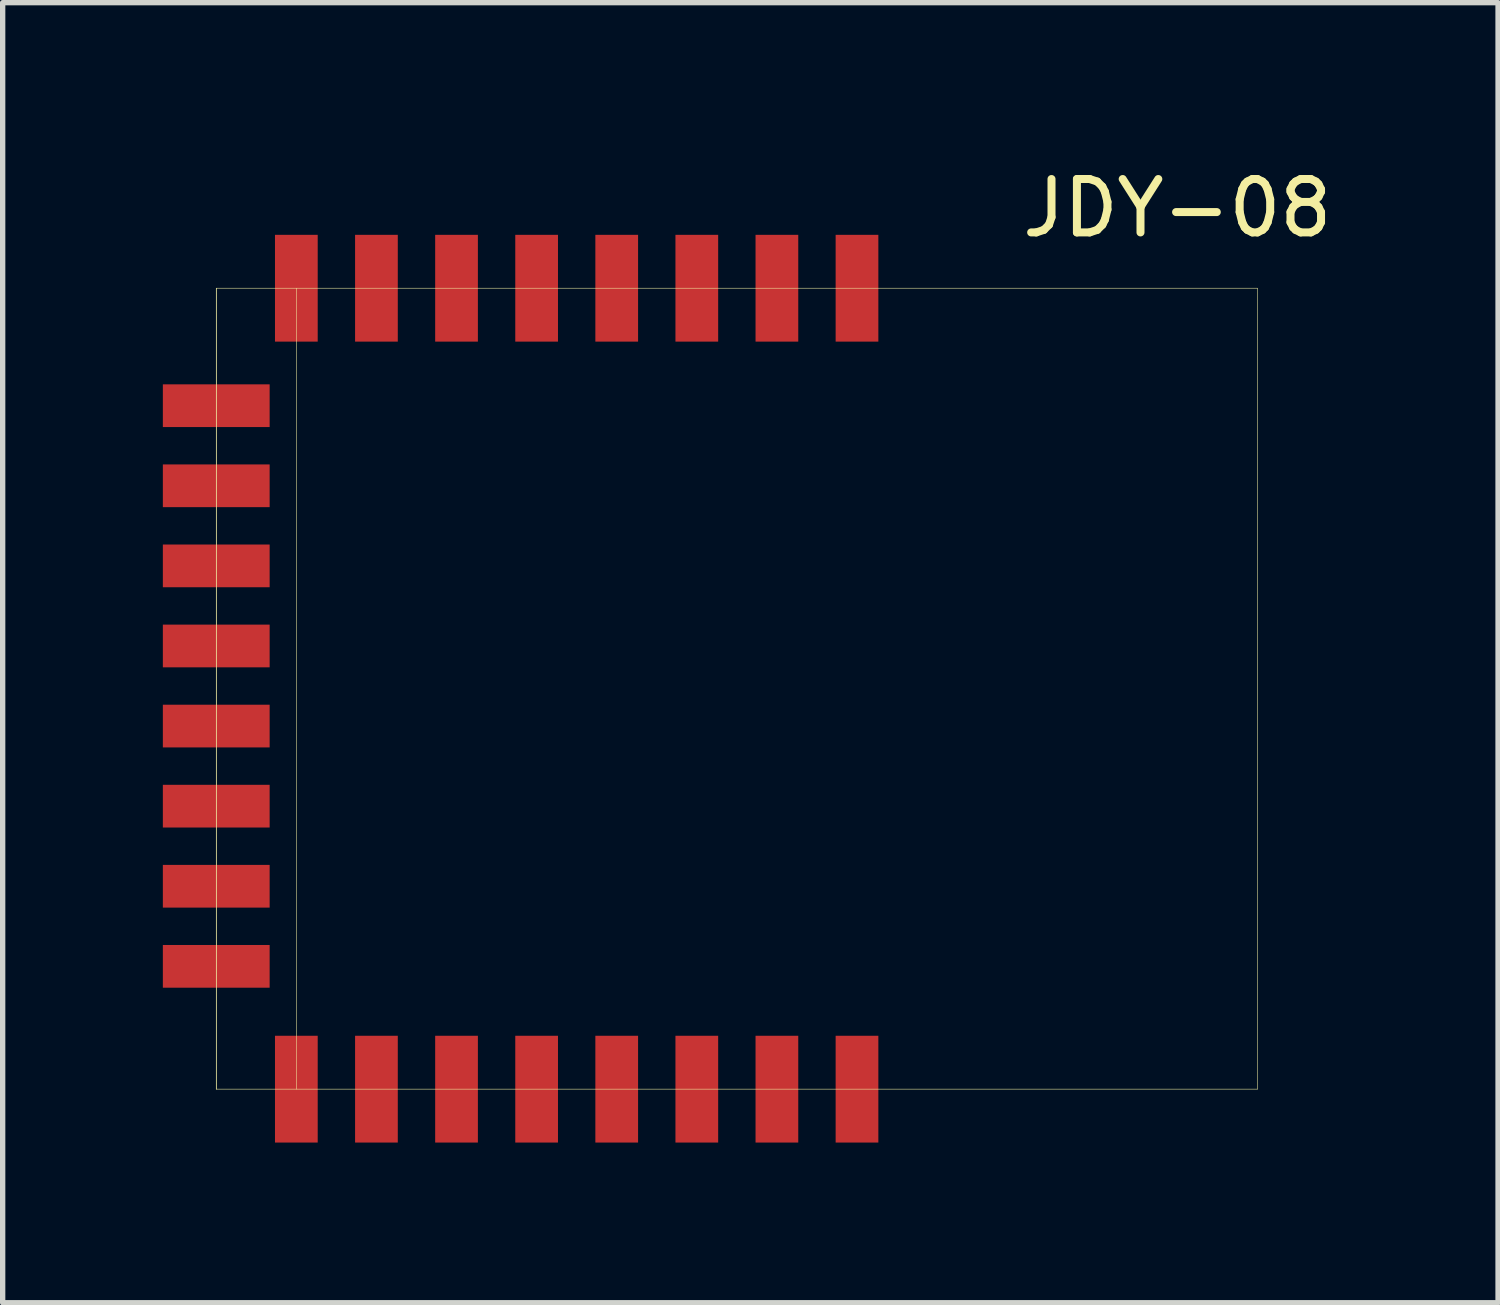
<source format=kicad_pcb>
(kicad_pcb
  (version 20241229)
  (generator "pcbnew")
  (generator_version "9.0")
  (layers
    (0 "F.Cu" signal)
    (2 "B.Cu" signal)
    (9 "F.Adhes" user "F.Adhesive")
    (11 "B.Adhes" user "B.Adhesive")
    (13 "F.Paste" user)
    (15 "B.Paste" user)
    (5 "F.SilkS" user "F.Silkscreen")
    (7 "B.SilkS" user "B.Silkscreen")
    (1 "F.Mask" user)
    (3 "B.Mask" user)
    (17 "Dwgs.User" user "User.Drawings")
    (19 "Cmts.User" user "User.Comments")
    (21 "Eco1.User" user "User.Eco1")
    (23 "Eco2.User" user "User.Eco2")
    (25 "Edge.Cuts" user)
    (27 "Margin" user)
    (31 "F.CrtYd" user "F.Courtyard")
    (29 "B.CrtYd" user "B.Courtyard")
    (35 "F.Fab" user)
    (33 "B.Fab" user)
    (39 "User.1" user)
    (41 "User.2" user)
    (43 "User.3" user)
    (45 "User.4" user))
  (footprint "JDY-08"
    (layer "F.Cu")
    (at 19 0.348)
    (property "Reference" "JDY-08" (at 0 0.5 0) (layer "F.SilkS") (effects (font (size 1 1) (thickness 0.15))))
    (attr through_hole)
    (fp_line (start -18 17) (end -18 2) (stroke (width 0.01) (type solid)) (layer "F.SilkS"))
    (fp_line (start -18 17) (end -18 2) (stroke (width 0.01) (type solid)) (layer "F.SilkS"))
    (fp_line (start -16.5 17) (end -16.5 2) (stroke (width 0.01) (type solid)) (layer "F.SilkS"))
    (fp_line (start 1.5 2) (end -18 2) (stroke (width 0.01) (type solid)) (layer "F.SilkS"))
    (fp_line (start 1.5 17) (end -18 17) (stroke (width 0.01) (type solid)) (layer "F.SilkS"))
    (fp_line (start 1.5 17) (end 1.5 2) (stroke (width 0.01) (type solid)) (layer "F.SilkS"))
    (pad "1" smd rect (at -6 2) (size 0.8 2) (layers "F.Cu" "F.Mask" "F.Paste"))
    (pad "2" smd rect (at -7.5 2) (size 0.8 2) (layers "F.Cu" "F.Mask" "F.Paste"))
    (pad "3" smd rect (at -9 2) (size 0.8 2) (layers "F.Cu" "F.Mask" "F.Paste"))
    (pad "4" smd rect (at -10.5 2) (size 0.8 2) (layers "F.Cu" "F.Mask" "F.Paste"))
    (pad "5" smd rect (at -12 2) (size 0.8 2) (layers "F.Cu" "F.Mask" "F.Paste"))
    (pad "6" smd rect (at -13.5 2) (size 0.8 2) (layers "F.Cu" "F.Mask" "F.Paste"))
    (pad "7" smd rect (at -15 2) (size 0.8 2) (layers "F.Cu" "F.Mask" "F.Paste"))
    (pad "8" smd rect (at -16.5 2) (size 0.8 2) (layers "F.Cu" "F.Mask" "F.Paste"))
    (pad "9" smd rect (at -18 4.2) (size 2 0.8) (layers "F.Cu" "F.Mask" "F.Paste"))
    (pad "10" smd rect (at -18 5.7) (size 2 0.8) (layers "F.Cu" "F.Mask" "F.Paste"))
    (pad "11" smd rect (at -18 7.2) (size 2 0.8) (layers "F.Cu" "F.Mask" "F.Paste"))
    (pad "12" smd rect (at -18 8.7) (size 2 0.8) (layers "F.Cu" "F.Mask" "F.Paste"))
    (pad "13" smd rect (at -18 10.2) (size 2 0.8) (layers "F.Cu" "F.Mask" "F.Paste"))
    (pad "14" smd rect (at -18 11.7) (size 2 0.8) (layers "F.Cu" "F.Mask" "F.Paste"))
    (pad "15" smd rect (at -18 13.2) (size 2 0.8) (layers "F.Cu" "F.Mask" "F.Paste"))
    (pad "16" smd rect (at -18 14.7) (size 2 0.8) (layers "F.Cu" "F.Mask" "F.Paste"))
    (pad "17" smd rect (at -16.5 17) (size 0.8 2) (layers "F.Cu" "F.Mask" "F.Paste"))
    (pad "18" smd rect (at -15 17) (size 0.8 2) (layers "F.Cu" "F.Mask" "F.Paste"))
    (pad "19" smd rect (at -13.5 17) (size 0.8 2) (layers "F.Cu" "F.Mask" "F.Paste"))
    (pad "20" smd rect (at -12 17) (size 0.8 2) (layers "F.Cu" "F.Mask" "F.Paste"))
    (pad "21" smd rect (at -10.5 17) (size 0.8 2) (layers "F.Cu" "F.Mask" "F.Paste"))
    (pad "22" smd rect (at -9 17) (size 0.8 2) (layers "F.Cu" "F.Mask" "F.Paste"))
    (pad "23" smd rect (at -7.5 17) (size 0.8 2) (layers "F.Cu" "F.Mask" "F.Paste"))
    (pad "24" smd rect (at -6 17) (size 0.8 2) (layers "F.Cu" "F.Mask" "F.Paste")))
  (gr_rect
    (start -3 -3)
    (end 25.006 21.348)
    (stroke (width 0.1) (type default))
    (fill no)
    (layer "Edge.Cuts")))
</source>
